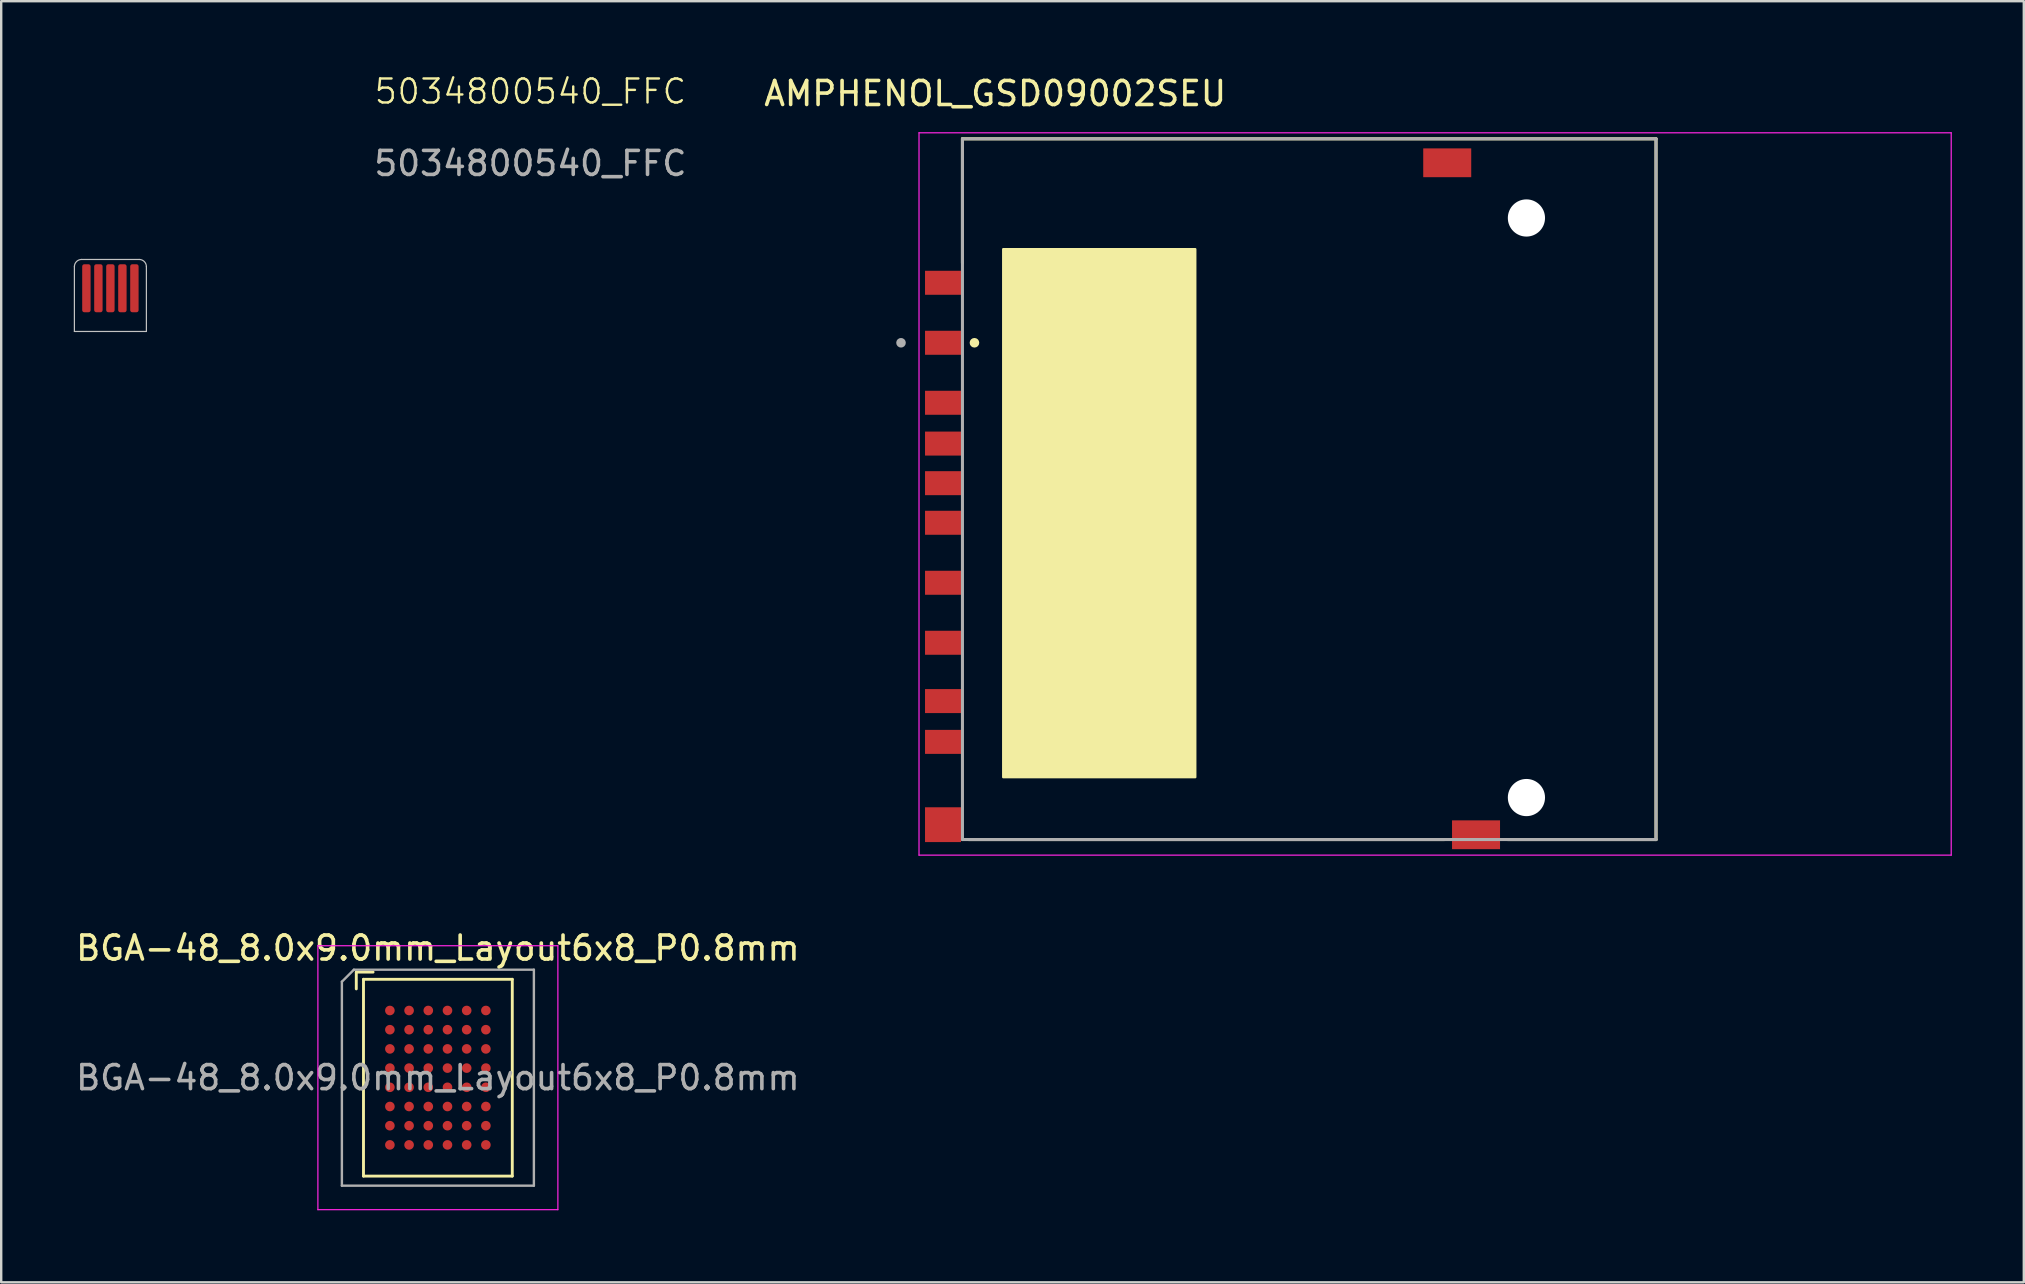
<source format=kicad_pcb>
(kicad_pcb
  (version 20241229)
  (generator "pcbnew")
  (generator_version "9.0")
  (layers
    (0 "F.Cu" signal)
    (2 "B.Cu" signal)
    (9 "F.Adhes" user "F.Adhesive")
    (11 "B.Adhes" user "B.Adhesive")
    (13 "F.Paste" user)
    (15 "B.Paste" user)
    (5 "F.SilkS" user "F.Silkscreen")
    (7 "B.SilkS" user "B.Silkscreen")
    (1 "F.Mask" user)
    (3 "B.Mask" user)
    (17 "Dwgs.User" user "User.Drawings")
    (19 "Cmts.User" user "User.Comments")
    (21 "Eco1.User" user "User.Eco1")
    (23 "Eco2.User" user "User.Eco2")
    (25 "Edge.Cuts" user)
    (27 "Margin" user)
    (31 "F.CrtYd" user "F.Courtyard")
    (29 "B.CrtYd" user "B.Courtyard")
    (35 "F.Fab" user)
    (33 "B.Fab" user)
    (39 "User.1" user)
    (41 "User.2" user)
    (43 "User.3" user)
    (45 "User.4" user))
  (footprint "5034800540_FFC"
    (layer "F.Cu")
    (at 1.55 7.761)
    (property "Reference" "5034800540_FFC" (at 17.5 -7 0) (unlocked yes) (layer "F.SilkS") (effects (font (size 1 1) (thickness 0.1))))
    (attr smd)
    (fp_poly (pts (xy -1.5 0) (xy -1.5 2.2) (xy 1.5 2.2) (xy 1.5 0)) (stroke (width 0.1) (type solid)) (fill yes) (layer "F.Mask"))
    (fp_line (start -1.5 3) (end -1.5 0.3) (stroke (width 0.05) (type default)) (layer "Dwgs.User"))
    (fp_line (start -1.2 0) (end 1.2 0) (stroke (width 0.05) (type default)) (layer "Dwgs.User"))
    (fp_line (start 1.5 0.3) (end 1.5 3) (stroke (width 0.05) (type default)) (layer "Dwgs.User"))
    (fp_line (start 1.5 3) (end -1.5 3) (stroke (width 0.05) (type default)) (layer "Dwgs.User"))
    (fp_arc (start -1.5 0.3) (mid -1.412132 0.087868) (end -1.2 0) (stroke (width 0.05) (type default)) (layer "Dwgs.User"))
    (fp_arc (start 1.2 0) (mid 1.412132 0.087868) (end 1.5 0.3) (stroke (width 0.05) (type default)) (layer "Dwgs.User"))
    (fp_text user "${REFERENCE}" (at 17.5 -4 0) (unlocked yes) (layer "F.Fab") (effects (font (size 1 1) (thickness 0.15))))
    (pad "1" smd roundrect (at -1 1.2) (size 0.35 2) (layers "F.Cu" "F.Mask") (roundrect_rratio 0.25))
    (pad "2" smd roundrect (at -0.5 1.2) (size 0.35 2) (layers "F.Cu" "F.Mask") (roundrect_rratio 0.25))
    (pad "3" smd roundrect (at 0 1.2) (size 0.35 2) (layers "F.Cu" "F.Mask") (roundrect_rratio 0.25))
    (pad "4" smd roundrect (at 0.5 1.2) (size 0.35 2) (layers "F.Cu" "F.Mask") (roundrect_rratio 0.25))
    (pad "5" smd roundrect (at 1 1.2) (size 0.35 2) (layers "F.Cu" "F.Mask") (roundrect_rratio 0.25)))
  (footprint "AMPHENOL_GSD09002SEU"
    (layer "F.Cu")
    (at 60.554 17.333)
    (property "Reference" "AMPHENOL_GSD09002SEU" (at -22.135 -16.485 0) (layer "F.SilkS") (effects (font (size 1 1) (thickness 0.15))))
    (attr smd)
    (fp_line (start -23.5 -14.6) (end 5.4 -14.6) (stroke (width 0.127) (type solid)) (layer "F.SilkS"))
    (fp_line (start -23.5 -9.42) (end -23.5 -14.6) (stroke (width 0.127) (type solid)) (layer "F.SilkS"))
    (fp_line (start -23.24 14.6) (end -3.42 14.6) (stroke (width 0.127) (type solid)) (layer "F.SilkS"))
    (fp_line (start 5.4 -14.6) (end 5.4 14.6) (stroke (width 0.127) (type solid)) (layer "F.SilkS"))
    (fp_line (start 5.4 14.6) (end -0.78 14.6) (stroke (width 0.127) (type solid)) (layer "F.SilkS"))
    (fp_circle (center -23 -6.1) (end -22.9 -6.1) (stroke (width 0.2) (type solid)) (fill no) (layer "F.SilkS"))
    (fp_poly (pts (xy -21.8 -10) (xy -21.8 12) (xy -13.8 12) (xy -13.8 -10)) (stroke (width 0.1) (type solid)) (fill yes) (layer "F.SilkS"))
    (fp_line (start -25.31 -14.85) (end -25.31 15.25) (stroke (width 0.05) (type solid)) (layer "F.CrtYd"))
    (fp_line (start -25.31 15.25) (end 17.7 15.25) (stroke (width 0.05) (type solid)) (layer "F.CrtYd"))
    (fp_line (start 17.7 -14.85) (end -25.31 -14.85) (stroke (width 0.05) (type solid)) (layer "F.CrtYd"))
    (fp_line (start 17.7 15.25) (end 17.7 -14.85) (stroke (width 0.05) (type solid)) (layer "F.CrtYd"))
    (fp_line (start -23.5 -14.6) (end 5.4 -14.6) (stroke (width 0.127) (type solid)) (layer "F.Fab"))
    (fp_line (start -23.5 14.6) (end -23.5 -14.6) (stroke (width 0.127) (type solid)) (layer "F.Fab"))
    (fp_line (start 5.4 -14.6) (end 5.4 14.6) (stroke (width 0.127) (type solid)) (layer "F.Fab"))
    (fp_line (start 5.4 14.6) (end -23.5 14.6) (stroke (width 0.127) (type solid)) (layer "F.Fab"))
    (fp_circle (center -26.06 -6.1) (end -25.96 -6.1) (stroke (width 0.2) (type solid)) (fill no) (layer "F.Fab"))
    (pad "" np_thru_hole circle (at 0 -11.3) (size 1.55 1.55) (drill 1.55) (layers "*.Cu" "*.Mask"))
    (pad "" np_thru_hole circle (at 0 12.85) (size 1.55 1.55) (drill 1.55) (layers "*.Cu" "*.Mask"))
    (pad "1" smd rect (at -24.31 -6.1) (size 1.5 1) (layers "F.Cu" "F.Mask" "F.Paste"))
    (pad "2" smd rect (at -24.31 -3.6) (size 1.5 1) (layers "F.Cu" "F.Mask" "F.Paste"))
    (pad "3" smd rect (at -24.31 -0.25) (size 1.5 1) (layers "F.Cu" "F.Mask" "F.Paste"))
    (pad "4" smd rect (at -24.31 1.4) (size 1.5 1) (layers "F.Cu" "F.Mask" "F.Paste"))
    (pad "5" smd rect (at -24.31 3.9) (size 1.5 1) (layers "F.Cu" "F.Mask" "F.Paste"))
    (pad "6" smd rect (at -24.31 6.4) (size 1.5 1) (layers "F.Cu" "F.Mask" "F.Paste"))
    (pad "7" smd rect (at -24.31 8.83) (size 1.5 1) (layers "F.Cu" "F.Mask" "F.Paste"))
    (pad "8" smd rect (at -24.31 10.53) (size 1.5 1) (layers "F.Cu" "F.Mask" "F.Paste"))
    (pad "9" smd rect (at -24.31 -8.6) (size 1.5 1) (layers "F.Cu" "F.Mask" "F.Paste"))
    (pad "10" smd rect (at -24.31 13.98) (size 1.5 1.45) (layers "F.Cu" "F.Mask" "F.Paste"))
    (pad "11" smd rect (at -24.31 -1.9) (size 1.5 1) (layers "F.Cu" "F.Mask" "F.Paste"))
    (pad "12" smd rect (at -2.1 14.4) (size 2 1.2) (layers "F.Cu" "F.Mask" "F.Paste"))
    (pad "13" smd rect (at -3.3 -13.6) (size 2 1.2) (layers "F.Cu" "F.Mask" "F.Paste")))
  (footprint "BGA-48_8.0x9.0mm_Layout6x8_P0.8mm"
    (layer "F.Cu")
    (at 15.196 41.856)
    (property "Reference" "BGA-48_8.0x9.0mm_Layout6x8_P0.8mm" (at 0 -5.4 0) (layer "F.SilkS") (effects (font (size 1 1) (thickness 0.15))))
    (attr smd)
    (fp_line (start -3.4 -4.4) (end -2.7 -4.4) (stroke (width 0.12) (type solid)) (layer "F.SilkS"))
    (fp_line (start -3.4 -3.7) (end -3.4 -4.4) (stroke (width 0.12) (type solid)) (layer "F.SilkS"))
    (fp_line (start -3.1 -4.1) (end 3.1 -4.1) (stroke (width 0.12) (type solid)) (layer "F.SilkS"))
    (fp_line (start -3.1 4.1) (end -3.1 -4.1) (stroke (width 0.12) (type solid)) (layer "F.SilkS"))
    (fp_line (start 3.1 -4.1) (end 3.1 4.1) (stroke (width 0.12) (type solid)) (layer "F.SilkS"))
    (fp_line (start 3.1 4.1) (end -3.1 4.1) (stroke (width 0.12) (type solid)) (layer "F.SilkS"))
    (fp_line (start -5 -5.5) (end -5 5.5) (stroke (width 0.05) (type solid)) (layer "F.CrtYd"))
    (fp_line (start -5 -5.5) (end 5 -5.5) (stroke (width 0.05) (type solid)) (layer "F.CrtYd"))
    (fp_line (start 5 5.5) (end -5 5.5) (stroke (width 0.05) (type solid)) (layer "F.CrtYd"))
    (fp_line (start 5 5.5) (end 5 -5.5) (stroke (width 0.05) (type solid)) (layer "F.CrtYd"))
    (fp_line (start -4 -4) (end -3.5 -4.5) (stroke (width 0.1) (type solid)) (layer "F.Fab"))
    (fp_line (start -4 4.5) (end -4 -4) (stroke (width 0.1) (type solid)) (layer "F.Fab"))
    (fp_line (start -3.5 -4.5) (end 4 -4.5) (stroke (width 0.1) (type solid)) (layer "F.Fab"))
    (fp_line (start 4 -4.5) (end 4 4.5) (stroke (width 0.1) (type solid)) (layer "F.Fab"))
    (fp_line (start 4 4.5) (end -4 4.5) (stroke (width 0.1) (type solid)) (layer "F.Fab"))
    (fp_text user "${REFERENCE}" (at 0 0 0) (layer "F.Fab") (effects (font (size 1 1) (thickness 0.15))))
    (pad "A1" smd circle (at -2 -2.8) (size 0.4 0.4) (layers "F.Cu" "F.Mask" "F.Paste"))
    (pad "A2" smd circle (at -1.2 -2.8) (size 0.4 0.4) (layers "F.Cu" "F.Mask" "F.Paste"))
    (pad "A3" smd circle (at -0.4 -2.8) (size 0.4 0.4) (layers "F.Cu" "F.Mask" "F.Paste"))
    (pad "A4" smd circle (at 0.4 -2.8) (size 0.4 0.4) (layers "F.Cu" "F.Mask" "F.Paste"))
    (pad "A5" smd circle (at 1.2 -2.8) (size 0.4 0.4) (layers "F.Cu" "F.Mask" "F.Paste"))
    (pad "A6" smd circle (at 2 -2.8) (size 0.4 0.4) (layers "F.Cu" "F.Mask" "F.Paste"))
    (pad "B1" smd circle (at -2 -2) (size 0.4 0.4) (layers "F.Cu" "F.Mask" "F.Paste"))
    (pad "B2" smd circle (at -1.2 -2) (size 0.4 0.4) (layers "F.Cu" "F.Mask" "F.Paste"))
    (pad "B3" smd circle (at -0.4 -2) (size 0.4 0.4) (layers "F.Cu" "F.Mask" "F.Paste"))
    (pad "B4" smd circle (at 0.4 -2) (size 0.4 0.4) (layers "F.Cu" "F.Mask" "F.Paste"))
    (pad "B5" smd circle (at 1.2 -2) (size 0.4 0.4) (layers "F.Cu" "F.Mask" "F.Paste"))
    (pad "B6" smd circle (at 2 -2) (size 0.4 0.4) (layers "F.Cu" "F.Mask" "F.Paste"))
    (pad "C1" smd circle (at -2 -1.2) (size 0.4 0.4) (layers "F.Cu" "F.Mask" "F.Paste"))
    (pad "C2" smd circle (at -1.2 -1.2) (size 0.4 0.4) (layers "F.Cu" "F.Mask" "F.Paste"))
    (pad "C3" smd circle (at -0.4 -1.2) (size 0.4 0.4) (layers "F.Cu" "F.Mask" "F.Paste"))
    (pad "C4" smd circle (at 0.4 -1.2) (size 0.4 0.4) (layers "F.Cu" "F.Mask" "F.Paste"))
    (pad "C5" smd circle (at 1.2 -1.2) (size 0.4 0.4) (layers "F.Cu" "F.Mask" "F.Paste"))
    (pad "C6" smd circle (at 2 -1.2) (size 0.4 0.4) (layers "F.Cu" "F.Mask" "F.Paste"))
    (pad "D1" smd circle (at -2 -0.4) (size 0.4 0.4) (layers "F.Cu" "F.Mask" "F.Paste"))
    (pad "D2" smd circle (at -1.2 -0.4) (size 0.4 0.4) (layers "F.Cu" "F.Mask" "F.Paste"))
    (pad "D3" smd circle (at -0.4 -0.4) (size 0.4 0.4) (layers "F.Cu" "F.Mask" "F.Paste"))
    (pad "D4" smd circle (at 0.4 -0.4) (size 0.4 0.4) (layers "F.Cu" "F.Mask" "F.Paste"))
    (pad "D5" smd circle (at 1.2 -0.4) (size 0.4 0.4) (layers "F.Cu" "F.Mask" "F.Paste"))
    (pad "D6" smd circle (at 2 -0.4) (size 0.4 0.4) (layers "F.Cu" "F.Mask" "F.Paste"))
    (pad "E1" smd circle (at -2 0.4) (size 0.4 0.4) (layers "F.Cu" "F.Mask" "F.Paste"))
    (pad "E2" smd circle (at -1.2 0.4) (size 0.4 0.4) (layers "F.Cu" "F.Mask" "F.Paste"))
    (pad "E3" smd circle (at -0.4 0.4) (size 0.4 0.4) (layers "F.Cu" "F.Mask" "F.Paste"))
    (pad "E4" smd circle (at 0.4 0.4) (size 0.4 0.4) (layers "F.Cu" "F.Mask" "F.Paste"))
    (pad "E5" smd circle (at 1.2 0.4) (size 0.4 0.4) (layers "F.Cu" "F.Mask" "F.Paste"))
    (pad "E6" smd circle (at 2 0.4) (size 0.4 0.4) (layers "F.Cu" "F.Mask" "F.Paste"))
    (pad "F1" smd circle (at -2 1.2) (size 0.4 0.4) (layers "F.Cu" "F.Mask" "F.Paste"))
    (pad "F2" smd circle (at -1.2 1.2) (size 0.4 0.4) (layers "F.Cu" "F.Mask" "F.Paste"))
    (pad "F3" smd circle (at -0.4 1.2) (size 0.4 0.4) (layers "F.Cu" "F.Mask" "F.Paste"))
    (pad "F4" smd circle (at 0.4 1.2) (size 0.4 0.4) (layers "F.Cu" "F.Mask" "F.Paste"))
    (pad "F5" smd circle (at 1.2 1.2) (size 0.4 0.4) (layers "F.Cu" "F.Mask" "F.Paste"))
    (pad "F6" smd circle (at 2 1.2) (size 0.4 0.4) (layers "F.Cu" "F.Mask" "F.Paste"))
    (pad "G1" smd circle (at -2 2) (size 0.4 0.4) (layers "F.Cu" "F.Mask" "F.Paste"))
    (pad "G2" smd circle (at -1.2 2) (size 0.4 0.4) (layers "F.Cu" "F.Mask" "F.Paste"))
    (pad "G3" smd circle (at -0.4 2) (size 0.4 0.4) (layers "F.Cu" "F.Mask" "F.Paste"))
    (pad "G4" smd circle (at 0.4 2) (size 0.4 0.4) (layers "F.Cu" "F.Mask" "F.Paste"))
    (pad "G5" smd circle (at 1.2 2) (size 0.4 0.4) (layers "F.Cu" "F.Mask" "F.Paste"))
    (pad "G6" smd circle (at 2 2) (size 0.4 0.4) (layers "F.Cu" "F.Mask" "F.Paste"))
    (pad "H1" smd circle (at -2 2.8) (size 0.4 0.4) (layers "F.Cu" "F.Mask" "F.Paste"))
    (pad "H2" smd circle (at -1.2 2.8) (size 0.4 0.4) (layers "F.Cu" "F.Mask" "F.Paste"))
    (pad "H3" smd circle (at -0.4 2.8) (size 0.4 0.4) (layers "F.Cu" "F.Mask" "F.Paste"))
    (pad "H4" smd circle (at 0.4 2.8) (size 0.4 0.4) (layers "F.Cu" "F.Mask" "F.Paste"))
    (pad "H5" smd circle (at 1.2 2.8) (size 0.4 0.4) (layers "F.Cu" "F.Mask" "F.Paste"))
    (pad "H6" smd circle (at 2 2.8) (size 0.4 0.4) (layers "F.Cu" "F.Mask" "F.Paste")))
  (gr_rect
    (start -3 -3)
    (end 81.279 50.382)
    (stroke (width 0.1) (type default))
    (fill no)
    (layer "Edge.Cuts")))
</source>
